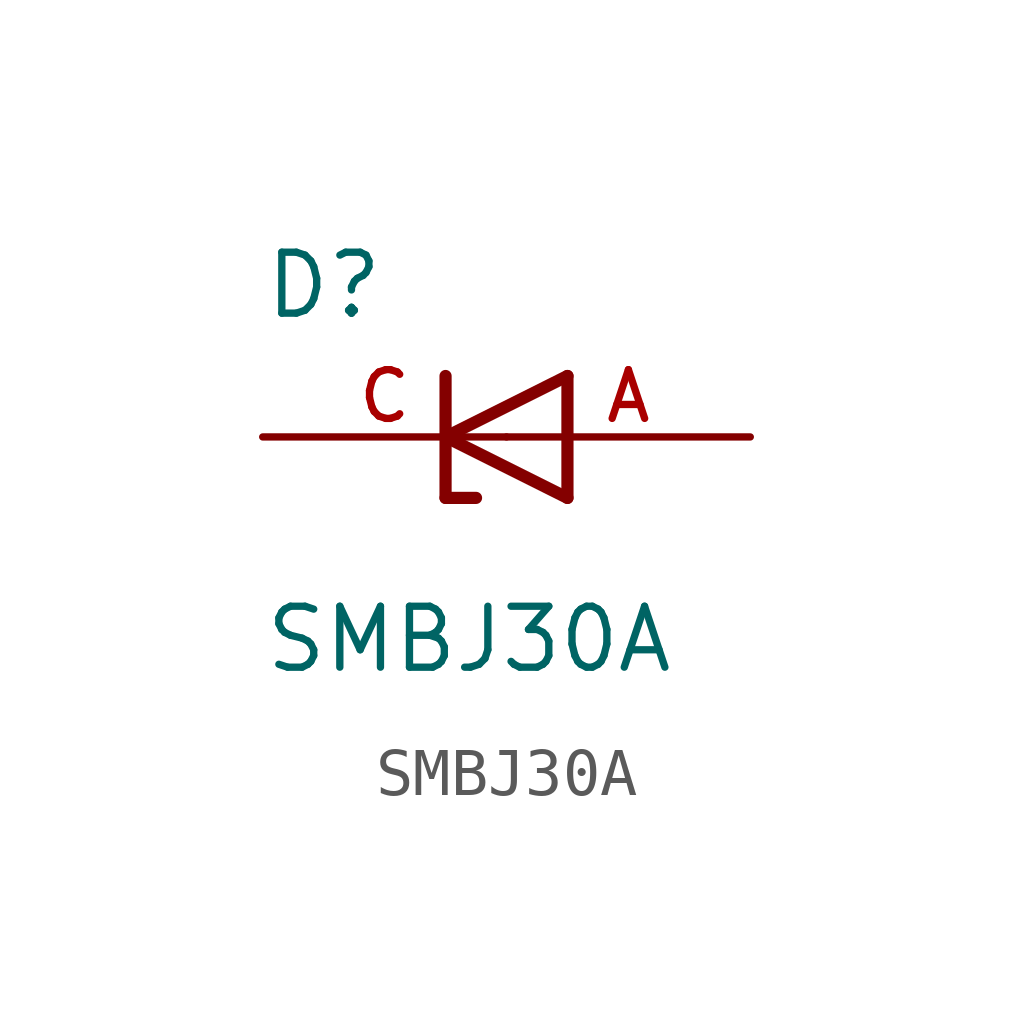
<source format=kicad_sym>
(kicad_symbol_lib
  (version 20211014)
  (generator kicad_symbol_editor)
  (symbol "SMBJ30A"
    (pin_names
      (offset 1.016))
    (property "Reference" "D"
      (at -5.084 2.416 0)
      (effects (font (size 1.27 1.27)) (justify bottom left)))
    (property "Value" "SMBJ30A"
      (at -5.085 -4.961 0)
      (effects (font (size 1.27 1.27)) (justify bottom left)))
    (symbol "SMBJ30A_0_0"
      (polyline (pts (xy 1.27 1.27) (xy -1.27 0.0)) (stroke (width 0.254)))
      (polyline (pts (xy -1.27 0.0) (xy 1.27 -1.27)) (stroke (width 0.254)))
      (polyline (pts (xy -0.635 -1.27) (xy -1.27 -1.27)) (stroke (width 0.254)))
      (polyline (pts (xy -1.27 -1.27) (xy -1.27 0.0)) (stroke (width 0.254)))
      (polyline (pts (xy 1.27 -1.27) (xy 1.27 1.27)) (stroke (width 0.254)))
      (polyline (pts (xy -1.27 0.0) (xy -1.27 1.27)) (stroke (width 0.254)))
      (pin passive line (at 5.08 0.0 180.0) (length 5.08) (name "~" (effects (font (size 1.016 1.016)))) (number "A" (effects (font (size 1.016 1.016)))))
      (pin passive line (at -5.08 0.0 0) (length 5.08) (name "~" (effects (font (size 1.016 1.016)))) (number "C" (effects (font (size 1.016 1.016))))))))
</source>
